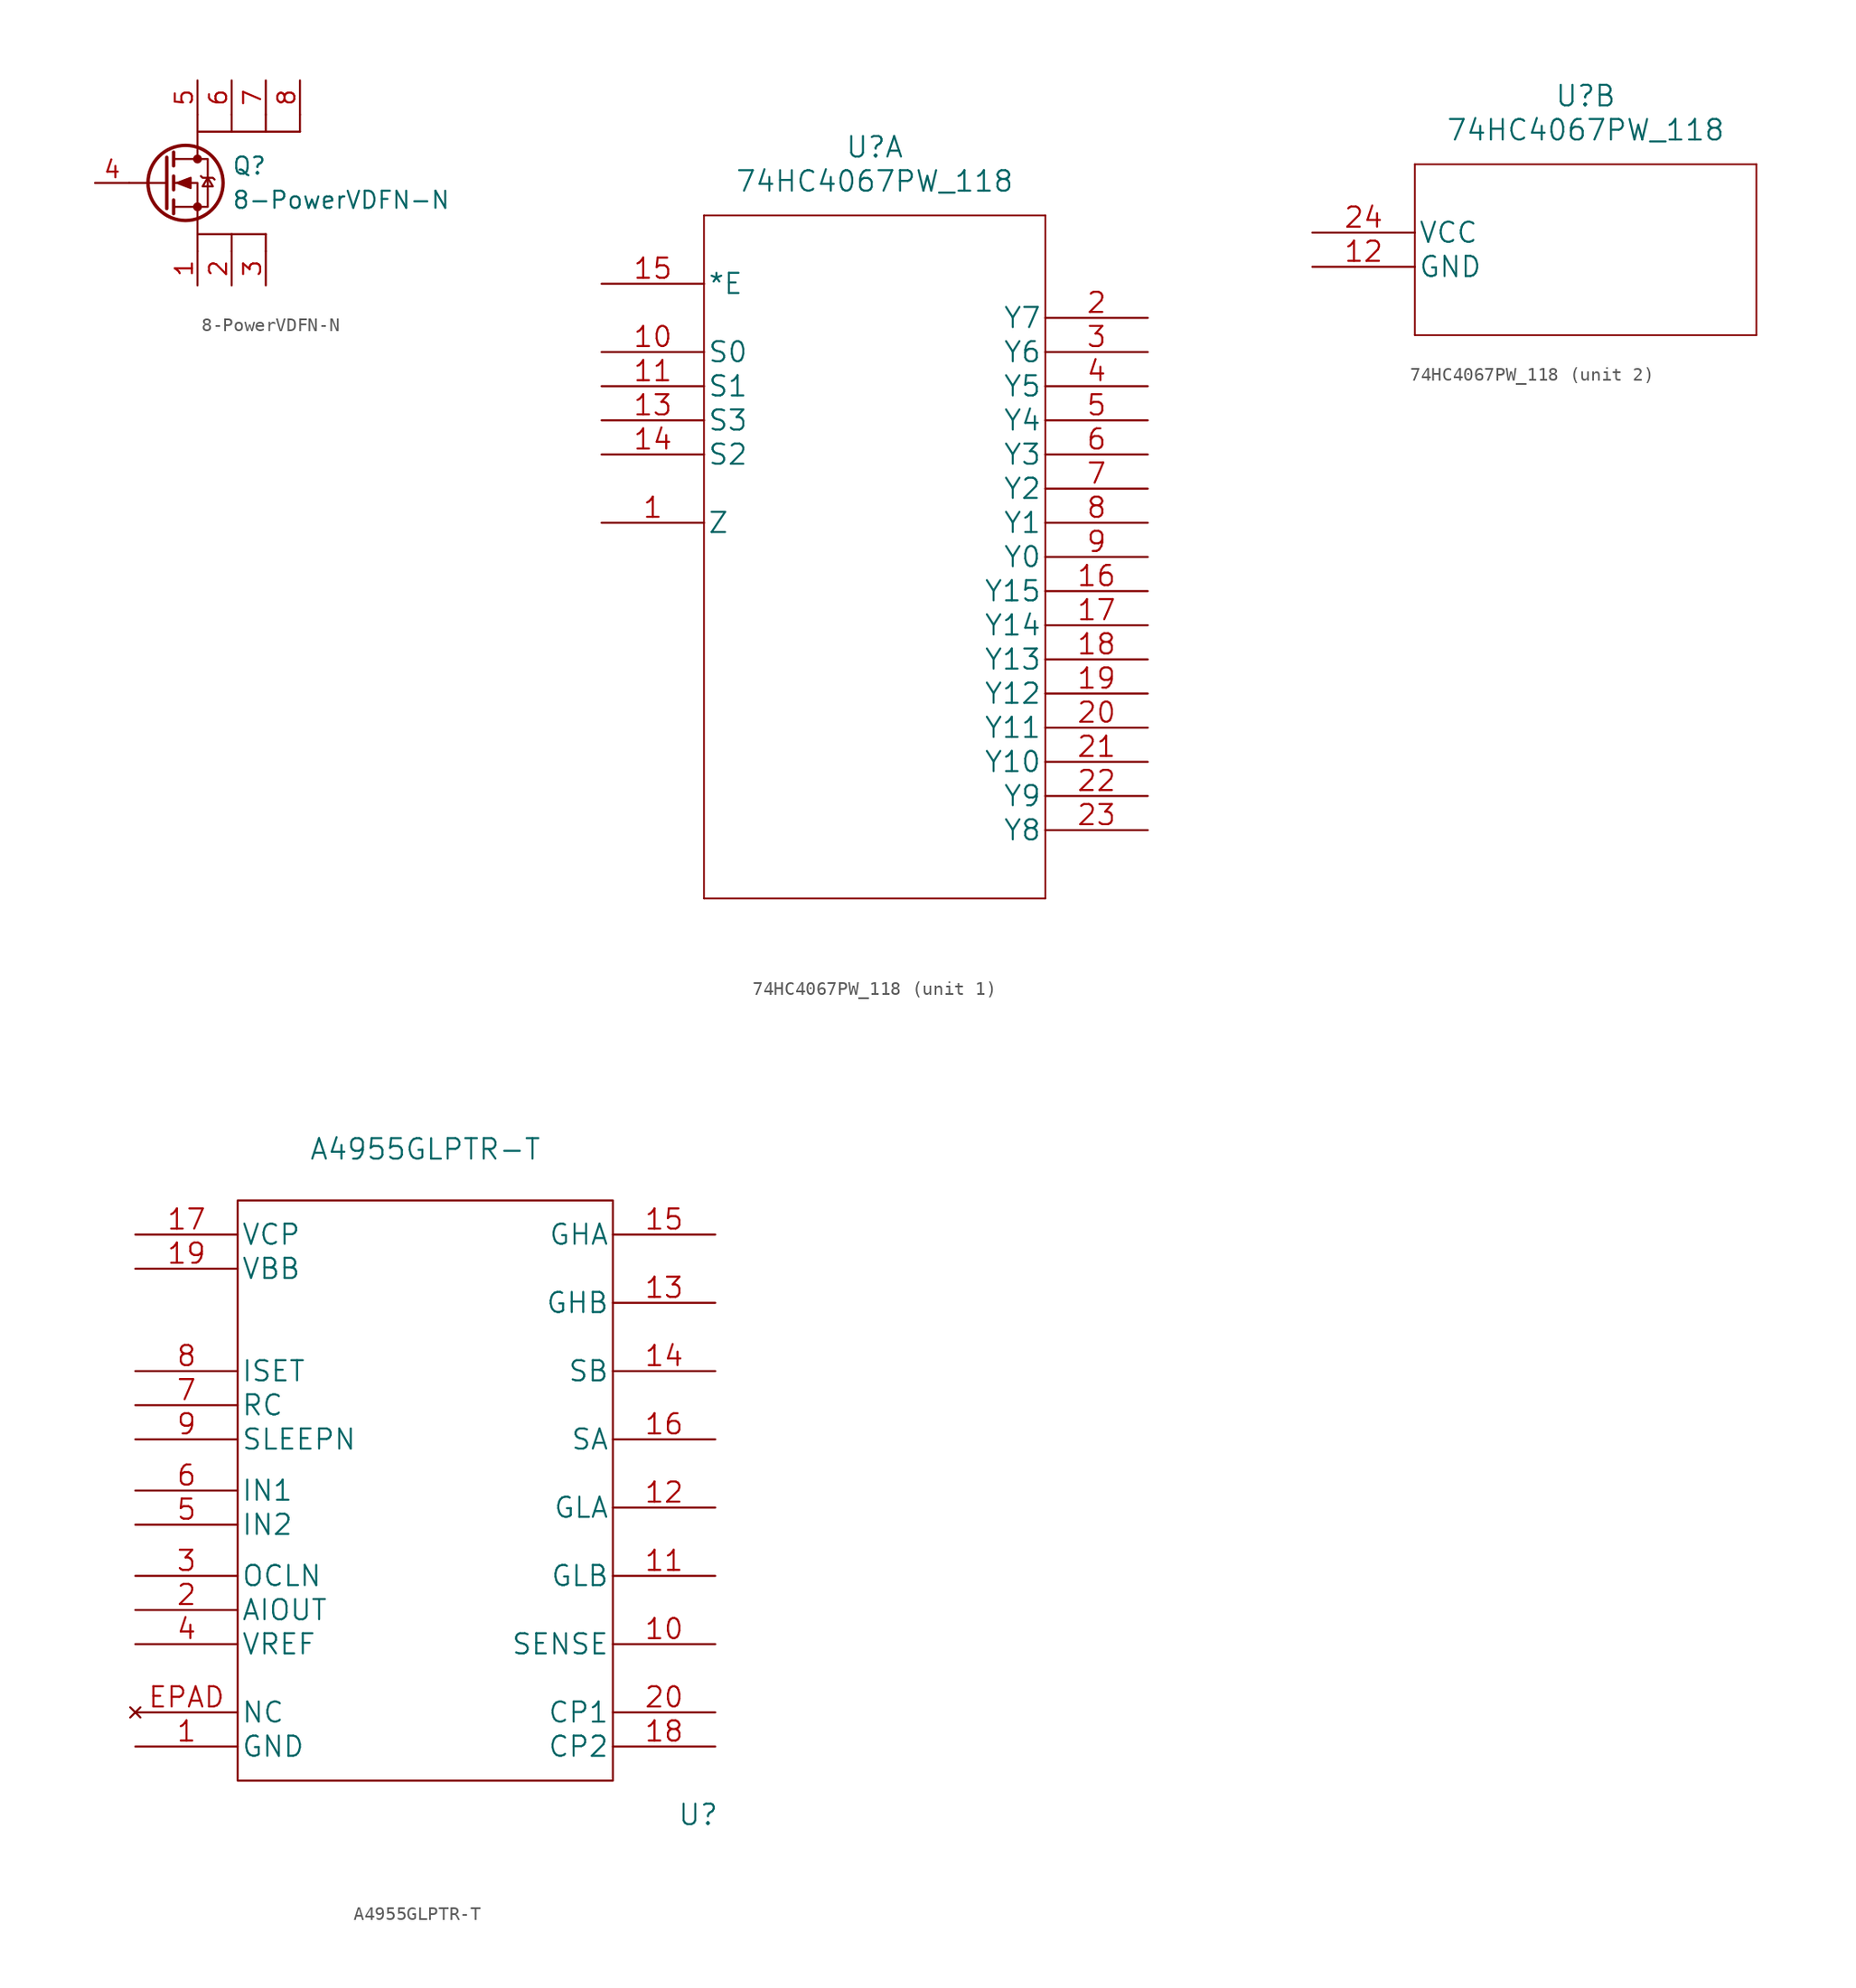
<source format=kicad_sym>
(kicad_symbol_lib
  (version 20211014)
  (generator kicad_symbol_editor)
  (symbol "8-PowerVDFN-N"
    (pin_names
      (offset 0) hide)
    (property "Reference" "Q"
      (at 5.08 1.27 0)
      (effects (font (size 1.27 1.27)) (justify left)))
    (property "Value" "8-PowerVDFN-N"
      (at 5.08 -1.27 0)
      (effects (font (size 1.27 1.27)) (justify left)))
    (symbol "8-PowerVDFN-N_0_1"
      (polyline (pts (xy 0.254 0) (xy -2.54 0)) (stroke (width 0) (type default) (color 0 0 0 0)) (fill (type none)))
      (polyline (pts (xy 0.254 1.905) (xy 0.254 -1.905)) (stroke (width 0.254) (type default) (color 0 0 0 0)) (fill (type none)))
      (polyline (pts (xy 0.762 -1.27) (xy 0.762 -2.286)) (stroke (width 0.254) (type default) (color 0 0 0 0)) (fill (type none)))
      (polyline (pts (xy 0.762 0.508) (xy 0.762 -0.508)) (stroke (width 0.254) (type default) (color 0 0 0 0)) (fill (type none)))
      (polyline (pts (xy 0.762 2.286) (xy 0.762 1.27)) (stroke (width 0.254) (type default) (color 0 0 0 0)) (fill (type none)))
      (polyline (pts (xy 2.54 2.54) (xy 2.54 1.778)) (stroke (width 0) (type default) (color 0 0 0 0)) (fill (type none)))
      (polyline (pts (xy 2.54 -2.54) (xy 2.54 0) (xy 0.762 0)) (stroke (width 0) (type default) (color 0 0 0 0)) (fill (type none)))
      (polyline (pts (xy 0.762 -1.778) (xy 3.302 -1.778) (xy 3.302 1.778) (xy 0.762 1.778)) (stroke (width 0) (type default) (color 0 0 0 0)) (fill (type none)))
      (polyline (pts (xy 1.016 0) (xy 2.032 0.381) (xy 2.032 -0.381) (xy 1.016 0)) (stroke (width 0) (type default) (color 0 0 0 0)) (fill (type outline)))
      (polyline (pts (xy 2.794 0.508) (xy 2.921 0.381) (xy 3.683 0.381) (xy 3.81 0.254)) (stroke (width 0) (type default) (color 0 0 0 0)) (fill (type none)))
      (polyline (pts (xy 3.302 0.381) (xy 2.921 -0.254) (xy 3.683 -0.254) (xy 3.302 0.381)) (stroke (width 0) (type default) (color 0 0 0 0)) (fill (type none)))
      (circle (center 1.651 0) (radius 2.794) (stroke (width 0.254) (type default) (color 0 0 0 0)) (fill (type none)))
      (rectangle (start 2.54 -3.81) (end 7.62 -3.81) (stroke (width 0) (type default) (color 0 0 0 0)) (fill (type none)))
      (rectangle (start 2.54 -2.54) (end 2.54 -5.08) (stroke (width 0) (type default) (color 0 0 0 0)) (fill (type none)))
      (circle (center 2.54 -1.778) (radius 0.254) (stroke (width 0) (type default) (color 0 0 0 0)) (fill (type outline)))
      (circle (center 2.54 1.778) (radius 0.254) (stroke (width 0) (type default) (color 0 0 0 0)) (fill (type outline)))
      (rectangle (start 2.54 3.81) (end 10.16 3.81) (stroke (width 0) (type default) (color 0 0 0 0)) (fill (type none)))
      (rectangle (start 2.54 5.08) (end 2.54 2.54) (stroke (width 0) (type default) (color 0 0 0 0)) (fill (type none)))
      (rectangle (start 5.08 -5.08) (end 5.08 -3.81) (stroke (width 0) (type default) (color 0 0 0 0)) (fill (type none)))
      (rectangle (start 5.08 5.08) (end 5.08 3.81) (stroke (width 0) (type default) (color 0 0 0 0)) (fill (type none)))
      (rectangle (start 7.62 -5.08) (end 7.62 -3.81) (stroke (width 0) (type default) (color 0 0 0 0)) (fill (type none)))
      (rectangle (start 7.62 5.08) (end 7.62 3.81) (stroke (width 0) (type default) (color 0 0 0 0)) (fill (type none)))
      (rectangle (start 10.16 5.08) (end 10.16 3.81) (stroke (width 0) (type default) (color 0 0 0 0)) (fill (type none))))
    (symbol "8-PowerVDFN-N_1_1"
      (pin passive line (at 2.54 -7.62 90) (length 2.54) (name "S" (effects (font (size 1.27 1.27)))) (number "1" (effects (font (size 1.27 1.27)))))
      (pin passive line (at 5.08 -7.62 90) (length 2.54) (name "S" (effects (font (size 1.27 1.27)))) (number "2" (effects (font (size 1.27 1.27)))))
      (pin passive line (at 7.62 -7.62 90) (length 2.54) (name "S" (effects (font (size 1.27 1.27)))) (number "3" (effects (font (size 1.27 1.27)))))
      (pin input line (at -5.08 0 0) (length 2.54) (name "G" (effects (font (size 1.27 1.27)))) (number "4" (effects (font (size 1.27 1.27)))))
      (pin passive line (at 2.54 7.62 270) (length 2.54) (name "D" (effects (font (size 1.27 1.27)))) (number "5" (effects (font (size 1.27 1.27)))))
      (pin passive line (at 5.08 7.62 270) (length 2.54) (name "D" (effects (font (size 1.27 1.27)))) (number "6" (effects (font (size 1.27 1.27)))))
      (pin passive line (at 7.62 7.62 270) (length 2.54) (name "D" (effects (font (size 1.27 1.27)))) (number "7" (effects (font (size 1.27 1.27)))))
      (pin passive line (at 10.16 7.62 270) (length 2.54) (name "D" (effects (font (size 1.27 1.27)))) (number "8" (effects (font (size 1.27 1.27)))))))
  (symbol "74HC4067PW_118"
    (pin_names
      (offset 0.254))
    (property "Reference" "U"
      (at 20.32 10.16 0)
      (effects (font (size 1.524 1.524))))
    (property "Value" "74HC4067PW_118"
      (at 20.32 7.62 0)
      (effects (font (size 1.524 1.524))))
    (property "Datasheet" ""
      (at 0 0 0)
      (effects (font (size 1.524 1.524))))
    (property "ki_locked" ""
      (at 0 0 0)
      (effects (font (size 1.27 1.27))))
    (symbol "74HC4067PW_118_1_1"
      (polyline (pts (xy 7.62 -45.72) (xy 33.02 -45.72)) (stroke (width 0.127) (type default) (color 0 0 0 0)) (fill (type none)))
      (polyline (pts (xy 7.62 5.08) (xy 7.62 -45.72)) (stroke (width 0.127) (type default) (color 0 0 0 0)) (fill (type none)))
      (polyline (pts (xy 33.02 -45.72) (xy 33.02 5.08)) (stroke (width 0.127) (type default) (color 0 0 0 0)) (fill (type none)))
      (polyline (pts (xy 33.02 5.08) (xy 7.62 5.08)) (stroke (width 0.127) (type default) (color 0 0 0 0)) (fill (type none)))
      (pin bidirectional line (at 0 -17.78 0) (length 7.62) (name "Z" (effects (font (size 1.499 1.499)))) (number "1" (effects (font (size 1.499 1.499)))))
      (pin input line (at 0 -5.08 0) (length 7.62) (name "S0" (effects (font (size 1.499 1.499)))) (number "10" (effects (font (size 1.499 1.499)))))
      (pin input line (at 0 -7.62 0) (length 7.62) (name "S1" (effects (font (size 1.499 1.499)))) (number "11" (effects (font (size 1.499 1.499)))))
      (pin input line (at 0 -10.16 0) (length 7.62) (name "S3" (effects (font (size 1.499 1.499)))) (number "13" (effects (font (size 1.499 1.499)))))
      (pin input line (at 0 -12.7 0) (length 7.62) (name "S2" (effects (font (size 1.499 1.499)))) (number "14" (effects (font (size 1.499 1.499)))))
      (pin input line (at 0 0 0) (length 7.62) (name "*E" (effects (font (size 1.499 1.499)))) (number "15" (effects (font (size 1.499 1.499)))))
      (pin bidirectional line (at 40.64 -22.86 180) (length 7.62) (name "Y15" (effects (font (size 1.499 1.499)))) (number "16" (effects (font (size 1.499 1.499)))))
      (pin bidirectional line (at 40.64 -25.4 180) (length 7.62) (name "Y14" (effects (font (size 1.499 1.499)))) (number "17" (effects (font (size 1.499 1.499)))))
      (pin bidirectional line (at 40.64 -27.94 180) (length 7.62) (name "Y13" (effects (font (size 1.499 1.499)))) (number "18" (effects (font (size 1.499 1.499)))))
      (pin bidirectional line (at 40.64 -30.48 180) (length 7.62) (name "Y12" (effects (font (size 1.499 1.499)))) (number "19" (effects (font (size 1.499 1.499)))))
      (pin bidirectional line (at 40.64 -2.54 180) (length 7.62) (name "Y7" (effects (font (size 1.499 1.499)))) (number "2" (effects (font (size 1.499 1.499)))))
      (pin bidirectional line (at 40.64 -33.02 180) (length 7.62) (name "Y11" (effects (font (size 1.499 1.499)))) (number "20" (effects (font (size 1.499 1.499)))))
      (pin bidirectional line (at 40.64 -35.56 180) (length 7.62) (name "Y10" (effects (font (size 1.499 1.499)))) (number "21" (effects (font (size 1.499 1.499)))))
      (pin bidirectional line (at 40.64 -38.1 180) (length 7.62) (name "Y9" (effects (font (size 1.499 1.499)))) (number "22" (effects (font (size 1.499 1.499)))))
      (pin bidirectional line (at 40.64 -40.64 180) (length 7.62) (name "Y8" (effects (font (size 1.499 1.499)))) (number "23" (effects (font (size 1.499 1.499)))))
      (pin bidirectional line (at 40.64 -5.08 180) (length 7.62) (name "Y6" (effects (font (size 1.499 1.499)))) (number "3" (effects (font (size 1.499 1.499)))))
      (pin bidirectional line (at 40.64 -7.62 180) (length 7.62) (name "Y5" (effects (font (size 1.499 1.499)))) (number "4" (effects (font (size 1.499 1.499)))))
      (pin bidirectional line (at 40.64 -10.16 180) (length 7.62) (name "Y4" (effects (font (size 1.499 1.499)))) (number "5" (effects (font (size 1.499 1.499)))))
      (pin bidirectional line (at 40.64 -12.7 180) (length 7.62) (name "Y3" (effects (font (size 1.499 1.499)))) (number "6" (effects (font (size 1.499 1.499)))))
      (pin bidirectional line (at 40.64 -15.24 180) (length 7.62) (name "Y2" (effects (font (size 1.499 1.499)))) (number "7" (effects (font (size 1.499 1.499)))))
      (pin bidirectional line (at 40.64 -17.78 180) (length 7.62) (name "Y1" (effects (font (size 1.499 1.499)))) (number "8" (effects (font (size 1.499 1.499)))))
      (pin bidirectional line (at 40.64 -20.32 180) (length 7.62) (name "Y0" (effects (font (size 1.499 1.499)))) (number "9" (effects (font (size 1.499 1.499))))))
    (symbol "74HC4067PW_118_2_1"
      (polyline (pts (xy 7.62 -7.62) (xy 33.02 -7.62)) (stroke (width 0.127) (type default) (color 0 0 0 0)) (fill (type none)))
      (polyline (pts (xy 7.62 5.08) (xy 7.62 -7.62)) (stroke (width 0.127) (type default) (color 0 0 0 0)) (fill (type none)))
      (polyline (pts (xy 33.02 -7.62) (xy 33.02 5.08)) (stroke (width 0.127) (type default) (color 0 0 0 0)) (fill (type none)))
      (polyline (pts (xy 33.02 5.08) (xy 7.62 5.08)) (stroke (width 0.127) (type default) (color 0 0 0 0)) (fill (type none)))
      (pin power_in line (at 0 -2.54 0) (length 7.62) (name "GND" (effects (font (size 1.499 1.499)))) (number "12" (effects (font (size 1.499 1.499)))))
      (pin power_in line (at 0 0 0) (length 7.62) (name "VCC" (effects (font (size 1.499 1.499)))) (number "24" (effects (font (size 1.499 1.499)))))))
  (symbol "A4955GLPTR-T"
    (pin_names
      (offset 0.254))
    (property "Reference" "U"
      (at 43.18 -43.18 0)
      (effects (font (size 1.524 1.524))))
    (property "Value" "A4955GLPTR-T"
      (at 22.86 6.35 0)
      (effects (font (size 1.524 1.524))))
    (property "Datasheet" ""
      (at 0 0 0)
      (effects (font (size 1.524 1.524))))
    (property "ki_locked" ""
      (at 0 0 0)
      (effects (font (size 1.27 1.27))))
    (symbol "A4955GLPTR-T_1_1"
      (rectangle (start 8.89 2.54) (end 36.83 -40.64) (stroke (width 0) (type default) (color 0 0 0 0)) (fill (type none)))
      (pin power_in line (at 1.27 -38.1 0) (length 7.62) (name "GND" (effects (font (size 1.499 1.499)))) (number "1" (effects (font (size 1.499 1.499)))))
      (pin unspecified line (at 44.45 -30.48 180) (length 7.62) (name "SENSE" (effects (font (size 1.499 1.499)))) (number "10" (effects (font (size 1.499 1.499)))))
      (pin power_in line (at 44.45 -25.4 180) (length 7.62) (name "GLB" (effects (font (size 1.499 1.499)))) (number "11" (effects (font (size 1.499 1.499)))))
      (pin power_in line (at 44.45 -20.32 180) (length 7.62) (name "GLA" (effects (font (size 1.499 1.499)))) (number "12" (effects (font (size 1.499 1.499)))))
      (pin power_in line (at 44.45 -5.08 180) (length 7.62) (name "GHB" (effects (font (size 1.499 1.499)))) (number "13" (effects (font (size 1.499 1.499)))))
      (pin power_in line (at 44.45 -10.16 180) (length 7.62) (name "SB" (effects (font (size 1.499 1.499)))) (number "14" (effects (font (size 1.499 1.499)))))
      (pin power_in line (at 44.45 0 180) (length 7.62) (name "GHA" (effects (font (size 1.499 1.499)))) (number "15" (effects (font (size 1.499 1.499)))))
      (pin power_in line (at 44.45 -15.24 180) (length 7.62) (name "SA" (effects (font (size 1.499 1.499)))) (number "16" (effects (font (size 1.499 1.499)))))
      (pin power_in line (at 1.27 0 0) (length 7.62) (name "VCP" (effects (font (size 1.499 1.499)))) (number "17" (effects (font (size 1.499 1.499)))))
      (pin power_in line (at 44.45 -38.1 180) (length 7.62) (name "CP2" (effects (font (size 1.499 1.499)))) (number "18" (effects (font (size 1.499 1.499)))))
      (pin power_in line (at 1.27 -2.54 0) (length 7.62) (name "VBB" (effects (font (size 1.499 1.499)))) (number "19" (effects (font (size 1.499 1.499)))))
      (pin output line (at 1.27 -27.94 0) (length 7.62) (name "AIOUT" (effects (font (size 1.499 1.499)))) (number "2" (effects (font (size 1.499 1.499)))))
      (pin power_in line (at 44.45 -35.56 180) (length 7.62) (name "CP1" (effects (font (size 1.499 1.499)))) (number "20" (effects (font (size 1.499 1.499)))))
      (pin output line (at 1.27 -25.4 0) (length 7.62) (name "OCLN" (effects (font (size 1.499 1.499)))) (number "3" (effects (font (size 1.499 1.499)))))
      (pin input line (at 1.27 -30.48 0) (length 7.62) (name "VREF" (effects (font (size 1.499 1.499)))) (number "4" (effects (font (size 1.499 1.499)))))
      (pin input line (at 1.27 -21.59 0) (length 7.62) (name "IN2" (effects (font (size 1.499 1.499)))) (number "5" (effects (font (size 1.499 1.499)))))
      (pin input line (at 1.27 -19.05 0) (length 7.62) (name "IN1" (effects (font (size 1.499 1.499)))) (number "6" (effects (font (size 1.499 1.499)))))
      (pin input line (at 1.27 -12.7 0) (length 7.62) (name "RC" (effects (font (size 1.499 1.499)))) (number "7" (effects (font (size 1.499 1.499)))))
      (pin input line (at 1.27 -10.16 0) (length 7.62) (name "ISET" (effects (font (size 1.499 1.499)))) (number "8" (effects (font (size 1.499 1.499)))))
      (pin input line (at 1.27 -15.24 0) (length 7.62) (name "SLEEPN" (effects (font (size 1.499 1.499)))) (number "9" (effects (font (size 1.499 1.499)))))
      (pin no_connect line (at 1.27 -35.56 0) (length 7.62) (name "NC" (effects (font (size 1.499 1.499)))) (number "EPAD" (effects (font (size 1.499 1.499))))))))
</source>
